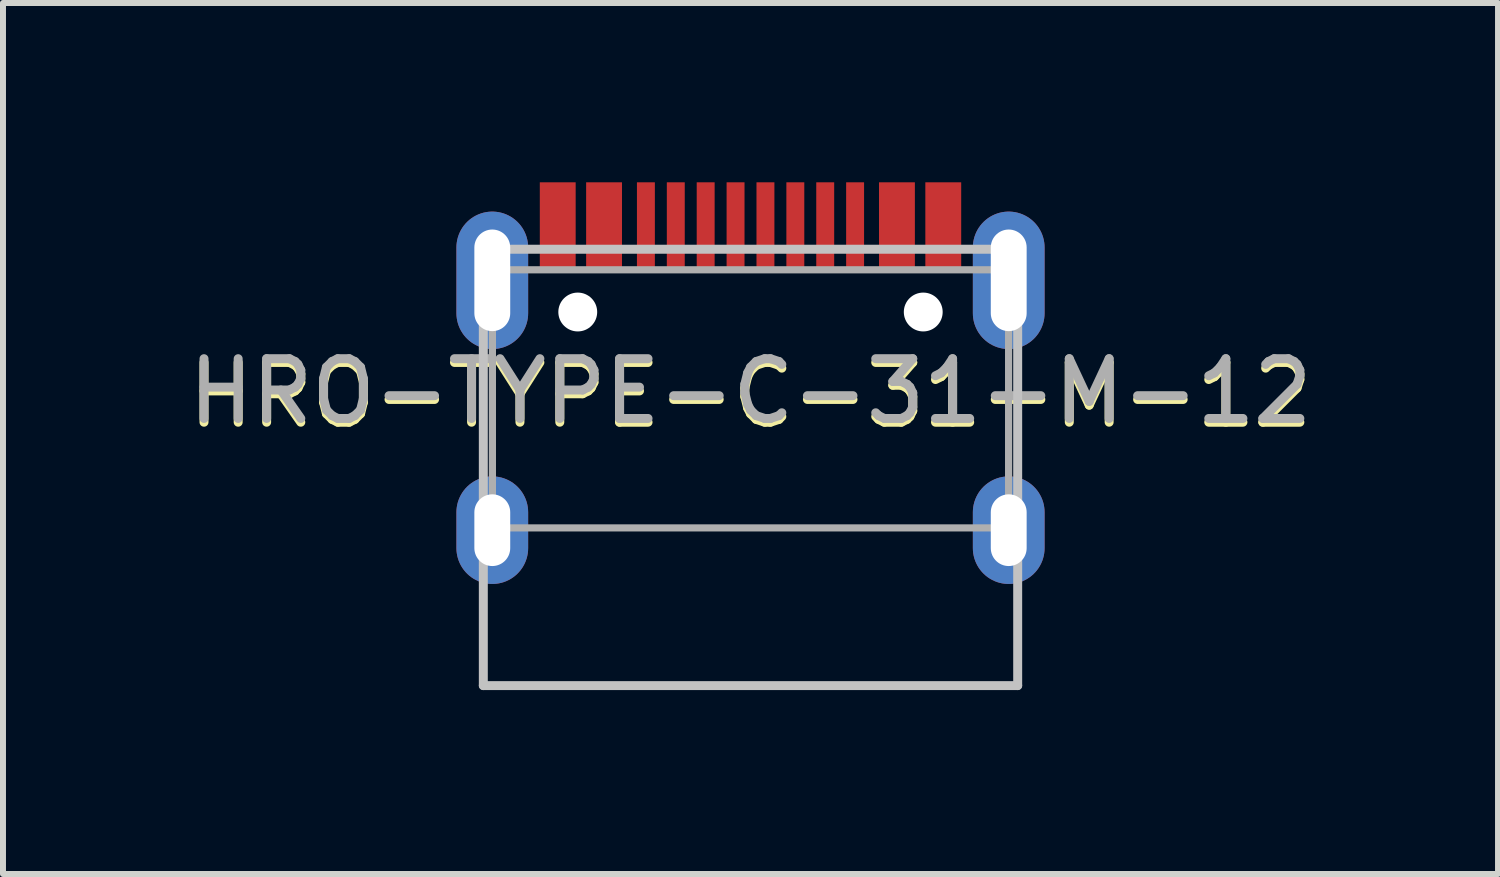
<source format=kicad_pcb>
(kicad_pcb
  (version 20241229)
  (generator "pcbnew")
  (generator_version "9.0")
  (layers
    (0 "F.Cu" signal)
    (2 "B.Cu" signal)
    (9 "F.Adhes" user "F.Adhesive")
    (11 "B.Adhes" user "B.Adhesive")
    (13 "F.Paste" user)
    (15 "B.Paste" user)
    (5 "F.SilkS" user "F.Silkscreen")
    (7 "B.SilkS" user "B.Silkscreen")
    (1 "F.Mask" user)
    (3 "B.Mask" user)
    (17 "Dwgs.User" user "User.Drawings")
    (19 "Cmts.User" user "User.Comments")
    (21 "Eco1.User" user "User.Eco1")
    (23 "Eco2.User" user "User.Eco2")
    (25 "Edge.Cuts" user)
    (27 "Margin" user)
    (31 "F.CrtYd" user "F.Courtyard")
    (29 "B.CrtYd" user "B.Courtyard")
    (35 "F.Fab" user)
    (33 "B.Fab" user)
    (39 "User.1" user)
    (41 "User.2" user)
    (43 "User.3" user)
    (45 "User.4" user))
  (footprint "HRO-TYPE-C-31-M-12"
    (layer "F.Cu")
    (at 9.506 8.322)
    (property "Reference" "HRO-TYPE-C-31-M-12" (at 0 -4.763 180) (layer "F.SilkS") (effects (font (size 1 1) (thickness 0.15))))
    (attr smd)
    (fp_line (start -4.47 -7.202) (end 4.47 -7.202) (stroke (width 0.15) (type solid)) (layer "Dwgs.User"))
    (fp_line (start -4.47 0.098) (end -4.47 -7.202) (stroke (width 0.15) (type solid)) (layer "Dwgs.User"))
    (fp_line (start -4.47 0.098) (end 4.47 0.098) (stroke (width 0.15) (type solid)) (layer "Dwgs.User"))
    (fp_line (start 4.47 0.098) (end 4.47 -7.202) (stroke (width 0.15) (type solid)) (layer "Dwgs.User"))
    (fp_line (start -4.318 -6.858) (end -4.318 -2.54) (stroke (width 0.12) (type solid)) (layer "F.Fab"))
    (fp_line (start -4.318 -2.54) (end 4.318 -2.54) (stroke (width 0.12) (type solid)) (layer "F.Fab"))
    (fp_line (start 4.318 -6.858) (end -4.318 -6.858) (stroke (width 0.12) (type solid)) (layer "F.Fab"))
    (fp_line (start 4.318 -2.54) (end 4.318 -6.858) (stroke (width 0.12) (type solid)) (layer "F.Fab"))
    (fp_text user "${REFERENCE}" (at 0 -4.826 0) (layer "F.Fab") (effects (font (size 1 1) (thickness 0.15))))
    (pad "" np_thru_hole circle (at -2.89 -6.152) (size 0.65 0.65) (drill 0.65) (layers "*.Cu" "*.Mask"))
    (pad "" np_thru_hole circle (at 2.89 -6.152) (size 0.65 0.65) (drill 0.65) (layers "*.Cu" "*.Mask"))
    (pad "A1" smd rect (at -3.225 -7.597) (size 0.6 1.45) (layers "F.Cu" "F.Mask" "F.Paste"))
    (pad "A4" smd rect (at -2.45 -7.597) (size 0.6 1.45) (layers "F.Cu" "F.Mask" "F.Paste"))
    (pad "A5" smd rect (at -1.25 -7.597) (size 0.3 1.45) (layers "F.Cu" "F.Mask" "F.Paste"))
    (pad "A6" smd rect (at -0.25 -7.597) (size 0.3 1.45) (layers "F.Cu" "F.Mask" "F.Paste"))
    (pad "A7" smd rect (at 0.25 -7.597) (size 0.3 1.45) (layers "F.Cu" "F.Mask" "F.Paste"))
    (pad "A8" smd rect (at 1.25 -7.597) (size 0.3 1.45) (layers "F.Cu" "F.Mask" "F.Paste"))
    (pad "B1" smd rect (at 3.225 -7.597) (size 0.6 1.45) (layers "F.Cu" "F.Mask" "F.Paste"))
    (pad "B4" smd rect (at 2.45 -7.597) (size 0.6 1.45) (layers "F.Cu" "F.Mask" "F.Paste"))
    (pad "B5" smd rect (at 1.75 -7.597) (size 0.3 1.45) (layers "F.Cu" "F.Mask" "F.Paste"))
    (pad "B6" smd rect (at 0.75 -7.597) (size 0.3 1.45) (layers "F.Cu" "F.Mask" "F.Paste"))
    (pad "B7" smd rect (at -0.75 -7.597) (size 0.3 1.45) (layers "F.Cu" "F.Mask" "F.Paste"))
    (pad "B8" smd rect (at -1.75 -7.597) (size 0.3 1.45) (layers "F.Cu" "F.Mask" "F.Paste"))
    (pad "S1" thru_hole oval (at 4.32 -6.682) (size 1.2 2.3) (drill oval 0.6 1.7) (layers "*.Cu" "*.Mask"))
    (pad "S2" thru_hole oval (at 4.32 -2.502) (size 1.2 1.8) (drill oval 0.6 1.2) (layers "*.Cu" "*.Mask"))
    (pad "S3" thru_hole oval (at -4.32 -2.502) (size 1.2 1.8) (drill oval 0.6 1.2) (layers "*.Cu" "*.Mask"))
    (pad "S4" thru_hole oval (at -4.32 -6.682) (size 1.2 2.3) (drill oval 0.6 1.7) (layers "*.Cu" "*.Mask")))
  (gr_rect
    (start -3 -3)
    (end 22.012 11.572)
    (stroke (width 0.1) (type default))
    (fill no)
    (layer "Edge.Cuts")))
</source>
